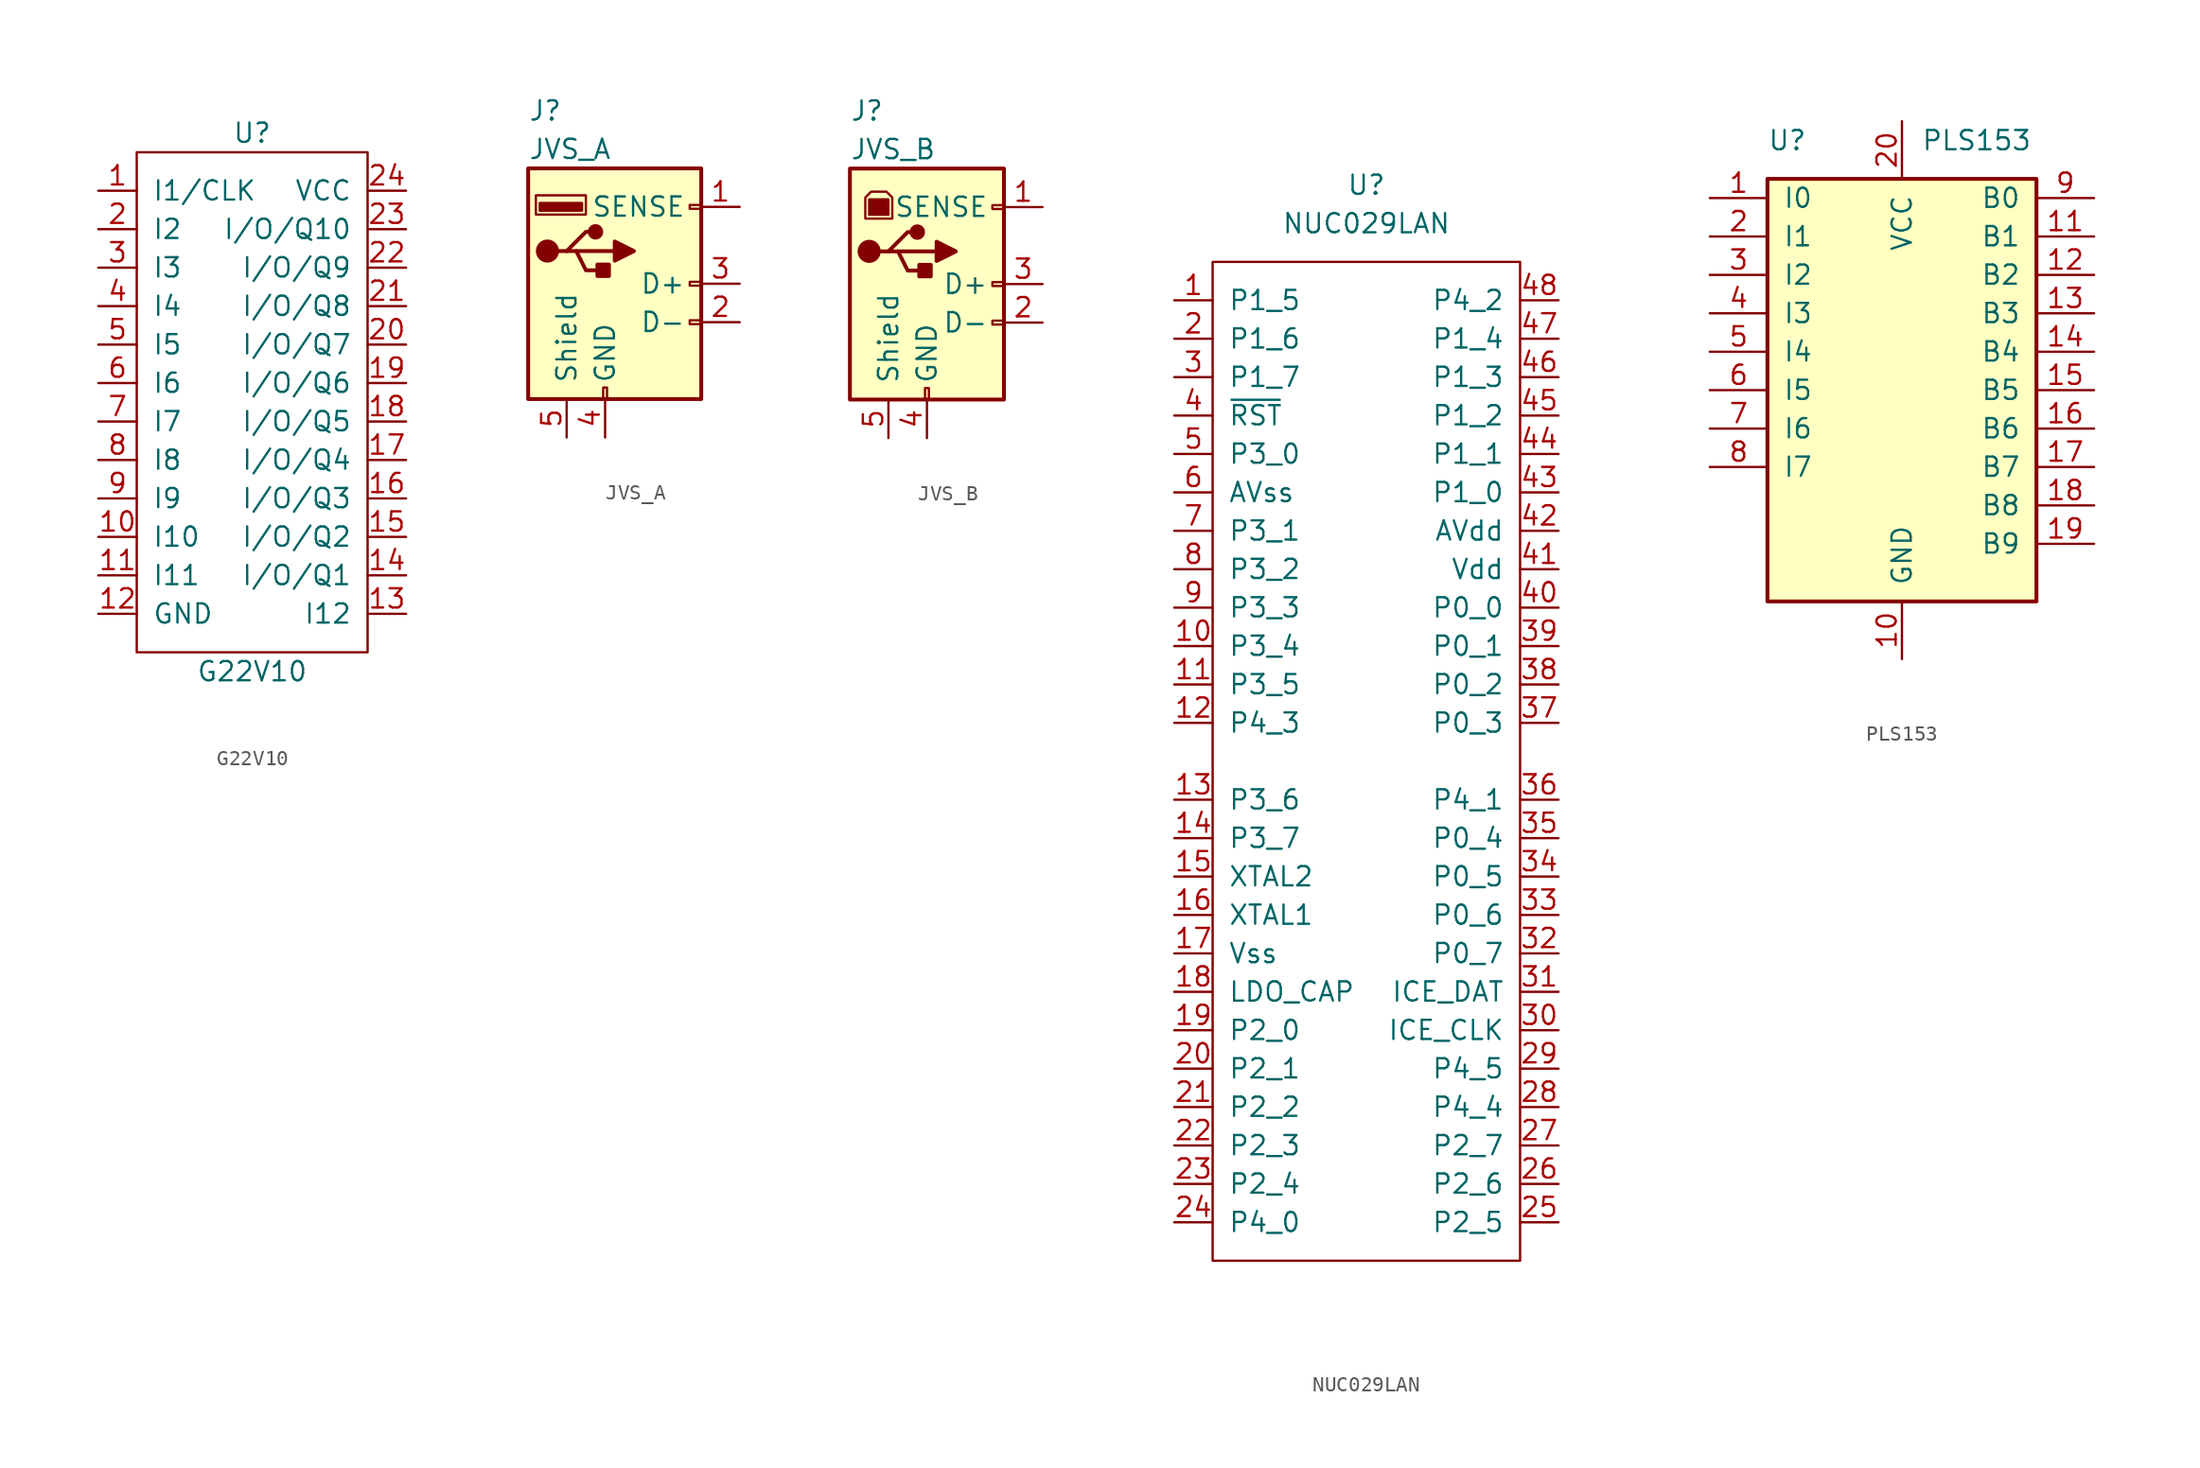
<source format=kicad_sym>
(kicad_symbol_lib
  (version 20211014)
  (generator kicad_symbol_editor)
  (symbol "G22V10"
    (pin_names
      (offset 1.016))
    (property "Reference" "U"
      (at 0 17.78 0)
      (effects (font (size 1.27 1.27))))
    (property "Value" "G22V10"
      (at 0 -17.78 0)
      (effects (font (size 1.27 1.27))))
    (symbol "G22V10_0_1"
      (rectangle (start 7.62 -16.51) (end -7.62 16.51) (stroke (width 0) (type default) (color 0 0 0 0)) (fill (type none))))
    (symbol "G22V10_1_1"
      (pin input line (at -10.16 13.97 0) (length 2.54) (name "I1/CLK" (effects (font (size 1.27 1.27)))) (number "1" (effects (font (size 1.27 1.27)))))
      (pin input line (at -10.16 -8.89 0) (length 2.54) (name "I10" (effects (font (size 1.27 1.27)))) (number "10" (effects (font (size 1.27 1.27)))))
      (pin input line (at -10.16 -11.43 0) (length 2.54) (name "I11" (effects (font (size 1.27 1.27)))) (number "11" (effects (font (size 1.27 1.27)))))
      (pin power_in line (at -10.16 -13.97 0) (length 2.54) (name "GND" (effects (font (size 1.27 1.27)))) (number "12" (effects (font (size 1.27 1.27)))))
      (pin input line (at 10.16 -13.97 180) (length 2.54) (name "I12" (effects (font (size 1.27 1.27)))) (number "13" (effects (font (size 1.27 1.27)))))
      (pin bidirectional line (at 10.16 -11.43 180) (length 2.54) (name "I/O/Q1" (effects (font (size 1.27 1.27)))) (number "14" (effects (font (size 1.27 1.27)))))
      (pin bidirectional line (at 10.16 -8.89 180) (length 2.54) (name "I/O/Q2" (effects (font (size 1.27 1.27)))) (number "15" (effects (font (size 1.27 1.27)))))
      (pin bidirectional line (at 10.16 -6.35 180) (length 2.54) (name "I/O/Q3" (effects (font (size 1.27 1.27)))) (number "16" (effects (font (size 1.27 1.27)))))
      (pin bidirectional line (at 10.16 -3.81 180) (length 2.54) (name "I/O/Q4" (effects (font (size 1.27 1.27)))) (number "17" (effects (font (size 1.27 1.27)))))
      (pin bidirectional line (at 10.16 -1.27 180) (length 2.54) (name "I/O/Q5" (effects (font (size 1.27 1.27)))) (number "18" (effects (font (size 1.27 1.27)))))
      (pin bidirectional line (at 10.16 1.27 180) (length 2.54) (name "I/O/Q6" (effects (font (size 1.27 1.27)))) (number "19" (effects (font (size 1.27 1.27)))))
      (pin input line (at -10.16 11.43 0) (length 2.54) (name "I2" (effects (font (size 1.27 1.27)))) (number "2" (effects (font (size 1.27 1.27)))))
      (pin bidirectional line (at 10.16 3.81 180) (length 2.54) (name "I/O/Q7" (effects (font (size 1.27 1.27)))) (number "20" (effects (font (size 1.27 1.27)))))
      (pin bidirectional line (at 10.16 6.35 180) (length 2.54) (name "I/O/Q8" (effects (font (size 1.27 1.27)))) (number "21" (effects (font (size 1.27 1.27)))))
      (pin bidirectional line (at 10.16 8.89 180) (length 2.54) (name "I/O/Q9" (effects (font (size 1.27 1.27)))) (number "22" (effects (font (size 1.27 1.27)))))
      (pin bidirectional line (at 10.16 11.43 180) (length 2.54) (name "I/O/Q10" (effects (font (size 1.27 1.27)))) (number "23" (effects (font (size 1.27 1.27)))))
      (pin power_in line (at 10.16 13.97 180) (length 2.54) (name "VCC" (effects (font (size 1.27 1.27)))) (number "24" (effects (font (size 1.27 1.27)))))
      (pin input line (at -10.16 8.89 0) (length 2.54) (name "I3" (effects (font (size 1.27 1.27)))) (number "3" (effects (font (size 1.27 1.27)))))
      (pin input line (at -10.16 6.35 0) (length 2.54) (name "I4" (effects (font (size 1.27 1.27)))) (number "4" (effects (font (size 1.27 1.27)))))
      (pin input line (at -10.16 3.81 0) (length 2.54) (name "I5" (effects (font (size 1.27 1.27)))) (number "5" (effects (font (size 1.27 1.27)))))
      (pin input line (at -10.16 1.27 0) (length 2.54) (name "I6" (effects (font (size 1.27 1.27)))) (number "6" (effects (font (size 1.27 1.27)))))
      (pin input line (at -10.16 -1.27 0) (length 2.54) (name "I7" (effects (font (size 1.27 1.27)))) (number "7" (effects (font (size 1.27 1.27)))))
      (pin input line (at -10.16 -3.81 0) (length 2.54) (name "I8" (effects (font (size 1.27 1.27)))) (number "8" (effects (font (size 1.27 1.27)))))
      (pin input line (at -10.16 -6.35 0) (length 2.54) (name "I9" (effects (font (size 1.27 1.27)))) (number "9" (effects (font (size 1.27 1.27)))))))
  (symbol "JVS_A"
    (pin_names
      (offset 1.016))
    (property "Reference" "J"
      (at -5.08 11.43 0)
      (effects (font (size 1.27 1.27)) (justify left)))
    (property "Value" "JVS_A"
      (at -5.08 8.89 0)
      (effects (font (size 1.27 1.27)) (justify left)))
    (symbol "JVS_A_0_1"
      (rectangle (start -5.08 7.62) (end 6.35 -7.62) (stroke (width 0.254) (type default) (color 0 0 0 0)) (fill (type background)))
      (circle (center -3.81 2.159) (radius 0.635) (stroke (width 0.254) (type default) (color 0 0 0 0)) (fill (type outline)))
      (rectangle (start -1.524 4.826) (end -4.318 5.334) (stroke (width 0) (type default) (color 0 0 0 0)) (fill (type outline)))
      (rectangle (start -1.27 4.572) (end -4.572 5.842) (stroke (width 0) (type default) (color 0 0 0 0)) (fill (type none)))
      (circle (center -0.635 3.429) (radius 0.381) (stroke (width 0.254) (type default) (color 0 0 0 0)) (fill (type outline)))
      (rectangle (start -0.127 -7.62) (end 0.127 -6.858) (stroke (width 0) (type default) (color 0 0 0 0)) (fill (type none)))
      (polyline (pts (xy -3.175 2.159) (xy -2.54 2.159) (xy -1.27 3.429) (xy -0.635 3.429)) (stroke (width 0.254) (type default) (color 0 0 0 0)) (fill (type none)))
      (polyline (pts (xy -2.54 2.159) (xy -1.905 2.159) (xy -1.27 0.889) (xy 0 0.889)) (stroke (width 0.254) (type default) (color 0 0 0 0)) (fill (type none)))
      (polyline (pts (xy 0.635 2.794) (xy 0.635 1.524) (xy 1.905 2.159) (xy 0.635 2.794)) (stroke (width 0.254) (type default) (color 0 0 0 0)) (fill (type outline)))
      (rectangle (start 0.254 1.27) (end -0.508 0.508) (stroke (width 0.254) (type default) (color 0 0 0 0)) (fill (type outline)))
      (rectangle (start 6.35 -2.667) (end 5.588 -2.413) (stroke (width 0) (type default) (color 0 0 0 0)) (fill (type none)))
      (rectangle (start 6.35 -0.127) (end 5.588 0.127) (stroke (width 0) (type default) (color 0 0 0 0)) (fill (type none)))
      (rectangle (start 6.35 4.953) (end 5.588 5.207) (stroke (width 0) (type default) (color 0 0 0 0)) (fill (type none))))
    (symbol "JVS_A_1_1"
      (polyline (pts (xy -1.905 2.159) (xy 0.635 2.159)) (stroke (width 0.254) (type default) (color 0 0 0 0)) (fill (type none)))
      (pin output line (at 8.89 5.08 180) (length 2.54) (name "SENSE" (effects (font (size 1.27 1.27)))) (number "1" (effects (font (size 1.27 1.27)))))
      (pin bidirectional line (at 8.89 -2.54 180) (length 2.54) (name "D-" (effects (font (size 1.27 1.27)))) (number "2" (effects (font (size 1.27 1.27)))))
      (pin bidirectional line (at 8.89 0 180) (length 2.54) (name "D+" (effects (font (size 1.27 1.27)))) (number "3" (effects (font (size 1.27 1.27)))))
      (pin power_in line (at 0 -10.16 90) (length 2.54) (name "GND" (effects (font (size 1.27 1.27)))) (number "4" (effects (font (size 1.27 1.27)))))
      (pin passive line (at -2.54 -10.16 90) (length 2.54) (name "Shield" (effects (font (size 1.27 1.27)))) (number "5" (effects (font (size 1.27 1.27)))))))
  (symbol "JVS_B"
    (pin_names
      (offset 1.016))
    (property "Reference" "J"
      (at -5.08 11.43 0)
      (effects (font (size 1.27 1.27)) (justify left)))
    (property "Value" "JVS_B"
      (at -5.08 8.89 0)
      (effects (font (size 1.27 1.27)) (justify left)))
    (symbol "JVS_B_0_1"
      (rectangle (start -5.08 -7.62) (end 5.08 7.62) (stroke (width 0.254) (type default) (color 0 0 0 0)) (fill (type background)))
      (circle (center -3.81 2.159) (radius 0.635) (stroke (width 0.254) (type default) (color 0 0 0 0)) (fill (type outline)))
      (rectangle (start -3.81 5.588) (end -2.54 4.572) (stroke (width 0) (type default) (color 0 0 0 0)) (fill (type outline)))
      (circle (center -0.635 3.429) (radius 0.381) (stroke (width 0.254) (type default) (color 0 0 0 0)) (fill (type outline)))
      (rectangle (start -0.127 -7.62) (end 0.127 -6.858) (stroke (width 0) (type default) (color 0 0 0 0)) (fill (type none)))
      (polyline (pts (xy -1.905 2.159) (xy 0.635 2.159)) (stroke (width 0.254) (type default) (color 0 0 0 0)) (fill (type none)))
      (polyline (pts (xy -3.175 2.159) (xy -2.54 2.159) (xy -1.27 3.429) (xy -0.635 3.429)) (stroke (width 0.254) (type default) (color 0 0 0 0)) (fill (type none)))
      (polyline (pts (xy -2.54 2.159) (xy -1.905 2.159) (xy -1.27 0.889) (xy 0 0.889)) (stroke (width 0.254) (type default) (color 0 0 0 0)) (fill (type none)))
      (polyline (pts (xy 0.635 2.794) (xy 0.635 1.524) (xy 1.905 2.159) (xy 0.635 2.794)) (stroke (width 0.254) (type default) (color 0 0 0 0)) (fill (type outline)))
      (polyline (pts (xy -4.064 4.318) (xy -2.286 4.318) (xy -2.286 5.715) (xy -2.667 6.096) (xy -3.683 6.096) (xy -4.064 5.715) (xy -4.064 4.318)) (stroke (width 0) (type default) (color 0 0 0 0)) (fill (type none)))
      (rectangle (start 0.254 1.27) (end -0.508 0.508) (stroke (width 0.254) (type default) (color 0 0 0 0)) (fill (type outline)))
      (rectangle (start 5.08 -2.667) (end 4.318 -2.413) (stroke (width 0) (type default) (color 0 0 0 0)) (fill (type none)))
      (rectangle (start 5.08 -0.127) (end 4.318 0.127) (stroke (width 0) (type default) (color 0 0 0 0)) (fill (type none)))
      (rectangle (start 5.08 4.953) (end 4.318 5.207) (stroke (width 0) (type default) (color 0 0 0 0)) (fill (type none))))
    (symbol "JVS_B_1_1"
      (pin input line (at 7.62 5.08 180) (length 2.54) (name "SENSE" (effects (font (size 1.27 1.27)))) (number "1" (effects (font (size 1.27 1.27)))))
      (pin bidirectional line (at 7.62 -2.54 180) (length 2.54) (name "D-" (effects (font (size 1.27 1.27)))) (number "2" (effects (font (size 1.27 1.27)))))
      (pin bidirectional line (at 7.62 0 180) (length 2.54) (name "D+" (effects (font (size 1.27 1.27)))) (number "3" (effects (font (size 1.27 1.27)))))
      (pin power_out line (at 0 -10.16 90) (length 2.54) (name "GND" (effects (font (size 1.27 1.27)))) (number "4" (effects (font (size 1.27 1.27)))))
      (pin passive line (at -2.54 -10.16 90) (length 2.54) (name "Shield" (effects (font (size 1.27 1.27)))) (number "5" (effects (font (size 1.27 1.27)))))))
  (symbol "NUC029LAN"
    (pin_names
      (offset 1.016))
    (property "Reference" "U"
      (at 0 36.83 0)
      (effects (font (size 1.27 1.27))))
    (property "Value" "NUC029LAN"
      (at 0 34.29 0)
      (effects (font (size 1.27 1.27))))
    (symbol "NUC029LAN_0_1"
      (rectangle (start -10.16 31.75) (end 10.16 -34.29) (stroke (width 0) (type default) (color 0 0 0 0)) (fill (type none))))
    (symbol "NUC029LAN_1_1"
      (pin tri_state line (at -12.7 29.21 0) (length 2.54) (name "P1_5" (effects (font (size 1.27 1.27)))) (number "1" (effects (font (size 1.27 1.27)))))
      (pin tri_state line (at -12.7 6.35 0) (length 2.54) (name "P3_4" (effects (font (size 1.27 1.27)))) (number "10" (effects (font (size 1.27 1.27)))))
      (pin tri_state line (at -12.7 3.81 0) (length 2.54) (name "P3_5" (effects (font (size 1.27 1.27)))) (number "11" (effects (font (size 1.27 1.27)))))
      (pin tri_state line (at -12.7 1.27 0) (length 2.54) (name "P4_3" (effects (font (size 1.27 1.27)))) (number "12" (effects (font (size 1.27 1.27)))))
      (pin tri_state line (at -12.7 -3.81 0) (length 2.54) (name "P3_6" (effects (font (size 1.27 1.27)))) (number "13" (effects (font (size 1.27 1.27)))))
      (pin tri_state line (at -12.7 -6.35 0) (length 2.54) (name "P3_7" (effects (font (size 1.27 1.27)))) (number "14" (effects (font (size 1.27 1.27)))))
      (pin output line (at -12.7 -8.89 0) (length 2.54) (name "XTAL2" (effects (font (size 1.27 1.27)))) (number "15" (effects (font (size 1.27 1.27)))))
      (pin input line (at -12.7 -11.43 0) (length 2.54) (name "XTAL1" (effects (font (size 1.27 1.27)))) (number "16" (effects (font (size 1.27 1.27)))))
      (pin power_in line (at -12.7 -13.97 0) (length 2.54) (name "Vss" (effects (font (size 1.27 1.27)))) (number "17" (effects (font (size 1.27 1.27)))))
      (pin power_out line (at -12.7 -16.51 0) (length 2.54) (name "LDO_CAP" (effects (font (size 1.27 1.27)))) (number "18" (effects (font (size 1.27 1.27)))))
      (pin tri_state line (at -12.7 -19.05 0) (length 2.54) (name "P2_0" (effects (font (size 1.27 1.27)))) (number "19" (effects (font (size 1.27 1.27)))))
      (pin tri_state line (at -12.7 26.67 0) (length 2.54) (name "P1_6" (effects (font (size 1.27 1.27)))) (number "2" (effects (font (size 1.27 1.27)))))
      (pin tri_state line (at -12.7 -21.59 0) (length 2.54) (name "P2_1" (effects (font (size 1.27 1.27)))) (number "20" (effects (font (size 1.27 1.27)))))
      (pin tri_state line (at -12.7 -24.13 0) (length 2.54) (name "P2_2" (effects (font (size 1.27 1.27)))) (number "21" (effects (font (size 1.27 1.27)))))
      (pin tri_state line (at -12.7 -26.67 0) (length 2.54) (name "P2_3" (effects (font (size 1.27 1.27)))) (number "22" (effects (font (size 1.27 1.27)))))
      (pin tri_state line (at -12.7 -29.21 0) (length 2.54) (name "P2_4" (effects (font (size 1.27 1.27)))) (number "23" (effects (font (size 1.27 1.27)))))
      (pin tri_state line (at -12.7 -31.75 0) (length 2.54) (name "P4_0" (effects (font (size 1.27 1.27)))) (number "24" (effects (font (size 1.27 1.27)))))
      (pin tri_state line (at 12.7 -31.75 180) (length 2.54) (name "P2_5" (effects (font (size 1.27 1.27)))) (number "25" (effects (font (size 1.27 1.27)))))
      (pin tri_state line (at 12.7 -29.21 180) (length 2.54) (name "P2_6" (effects (font (size 1.27 1.27)))) (number "26" (effects (font (size 1.27 1.27)))))
      (pin tri_state line (at 12.7 -26.67 180) (length 2.54) (name "P2_7" (effects (font (size 1.27 1.27)))) (number "27" (effects (font (size 1.27 1.27)))))
      (pin tri_state line (at 12.7 -24.13 180) (length 2.54) (name "P4_4" (effects (font (size 1.27 1.27)))) (number "28" (effects (font (size 1.27 1.27)))))
      (pin tri_state line (at 12.7 -21.59 180) (length 2.54) (name "P4_5" (effects (font (size 1.27 1.27)))) (number "29" (effects (font (size 1.27 1.27)))))
      (pin tri_state line (at -12.7 24.13 0) (length 2.54) (name "P1_7" (effects (font (size 1.27 1.27)))) (number "3" (effects (font (size 1.27 1.27)))))
      (pin tri_state line (at 12.7 -19.05 180) (length 2.54) (name "ICE_CLK" (effects (font (size 1.27 1.27)))) (number "30" (effects (font (size 1.27 1.27)))))
      (pin tri_state line (at 12.7 -16.51 180) (length 2.54) (name "ICE_DAT" (effects (font (size 1.27 1.27)))) (number "31" (effects (font (size 1.27 1.27)))))
      (pin tri_state line (at 12.7 -13.97 180) (length 2.54) (name "P0_7" (effects (font (size 1.27 1.27)))) (number "32" (effects (font (size 1.27 1.27)))))
      (pin tri_state line (at 12.7 -11.43 180) (length 2.54) (name "P0_6" (effects (font (size 1.27 1.27)))) (number "33" (effects (font (size 1.27 1.27)))))
      (pin tri_state line (at 12.7 -8.89 180) (length 2.54) (name "P0_5" (effects (font (size 1.27 1.27)))) (number "34" (effects (font (size 1.27 1.27)))))
      (pin tri_state line (at 12.7 -6.35 180) (length 2.54) (name "P0_4" (effects (font (size 1.27 1.27)))) (number "35" (effects (font (size 1.27 1.27)))))
      (pin tri_state line (at 12.7 -3.81 180) (length 2.54) (name "P4_1" (effects (font (size 1.27 1.27)))) (number "36" (effects (font (size 1.27 1.27)))))
      (pin tri_state line (at 12.7 1.27 180) (length 2.54) (name "P0_3" (effects (font (size 1.27 1.27)))) (number "37" (effects (font (size 1.27 1.27)))))
      (pin tri_state line (at 12.7 3.81 180) (length 2.54) (name "P0_2" (effects (font (size 1.27 1.27)))) (number "38" (effects (font (size 1.27 1.27)))))
      (pin tri_state line (at 12.7 6.35 180) (length 2.54) (name "P0_1" (effects (font (size 1.27 1.27)))) (number "39" (effects (font (size 1.27 1.27)))))
      (pin input line (at -12.7 21.59 0) (length 2.54) (name "~{RST}" (effects (font (size 1.27 1.27)))) (number "4" (effects (font (size 1.27 1.27)))))
      (pin tri_state line (at 12.7 8.89 180) (length 2.54) (name "P0_0" (effects (font (size 1.27 1.27)))) (number "40" (effects (font (size 1.27 1.27)))))
      (pin power_in line (at 12.7 11.43 180) (length 2.54) (name "Vdd" (effects (font (size 1.27 1.27)))) (number "41" (effects (font (size 1.27 1.27)))))
      (pin power_in line (at 12.7 13.97 180) (length 2.54) (name "AVdd" (effects (font (size 1.27 1.27)))) (number "42" (effects (font (size 1.27 1.27)))))
      (pin tri_state line (at 12.7 16.51 180) (length 2.54) (name "P1_0" (effects (font (size 1.27 1.27)))) (number "43" (effects (font (size 1.27 1.27)))))
      (pin tri_state line (at 12.7 19.05 180) (length 2.54) (name "P1_1" (effects (font (size 1.27 1.27)))) (number "44" (effects (font (size 1.27 1.27)))))
      (pin tri_state line (at 12.7 21.59 180) (length 2.54) (name "P1_2" (effects (font (size 1.27 1.27)))) (number "45" (effects (font (size 1.27 1.27)))))
      (pin tri_state line (at 12.7 24.13 180) (length 2.54) (name "P1_3" (effects (font (size 1.27 1.27)))) (number "46" (effects (font (size 1.27 1.27)))))
      (pin tri_state line (at 12.7 26.67 180) (length 2.54) (name "P1_4" (effects (font (size 1.27 1.27)))) (number "47" (effects (font (size 1.27 1.27)))))
      (pin tri_state line (at 12.7 29.21 180) (length 2.54) (name "P4_2" (effects (font (size 1.27 1.27)))) (number "48" (effects (font (size 1.27 1.27)))))
      (pin tri_state line (at -12.7 19.05 0) (length 2.54) (name "P3_0" (effects (font (size 1.27 1.27)))) (number "5" (effects (font (size 1.27 1.27)))))
      (pin power_in line (at -12.7 16.51 0) (length 2.54) (name "AVss" (effects (font (size 1.27 1.27)))) (number "6" (effects (font (size 1.27 1.27)))))
      (pin tri_state line (at -12.7 13.97 0) (length 2.54) (name "P3_1" (effects (font (size 1.27 1.27)))) (number "7" (effects (font (size 1.27 1.27)))))
      (pin tri_state line (at -12.7 11.43 0) (length 2.54) (name "P3_2" (effects (font (size 1.27 1.27)))) (number "8" (effects (font (size 1.27 1.27)))))
      (pin tri_state line (at -12.7 8.89 0) (length 2.54) (name "P3_3" (effects (font (size 1.27 1.27)))) (number "9" (effects (font (size 1.27 1.27)))))))
  (symbol "PLS153"
    (pin_names
      (offset 1.016))
    (property "Reference" "U"
      (at -8.89 16.51 0)
      (effects (font (size 1.27 1.27)) (justify left)))
    (property "Value" "PLS153"
      (at 1.27 16.51 0)
      (effects (font (size 1.27 1.27)) (justify left)))
    (symbol "PLS153_0_0"
      (pin power_in line (at 0 -17.78 90) (length 3.81) (name "GND" (effects (font (size 1.27 1.27)))) (number "10" (effects (font (size 1.27 1.27)))))
      (pin power_in line (at 0 17.78 270) (length 3.81) (name "VCC" (effects (font (size 1.27 1.27)))) (number "20" (effects (font (size 1.27 1.27))))))
    (symbol "PLS153_0_1"
      (rectangle (start -8.89 13.97) (end 8.89 -13.97) (stroke (width 0.254) (type default) (color 0 0 0 0)) (fill (type background))))
    (symbol "PLS153_1_1"
      (pin input line (at -12.7 12.7 0) (length 3.81) (name "I0" (effects (font (size 1.27 1.27)))) (number "1" (effects (font (size 1.27 1.27)))))
      (pin tri_state line (at 12.7 10.16 180) (length 3.81) (name "B1" (effects (font (size 1.27 1.27)))) (number "11" (effects (font (size 1.27 1.27)))))
      (pin tri_state line (at 12.7 7.62 180) (length 3.81) (name "B2" (effects (font (size 1.27 1.27)))) (number "12" (effects (font (size 1.27 1.27)))))
      (pin tri_state line (at 12.7 5.08 180) (length 3.81) (name "B3" (effects (font (size 1.27 1.27)))) (number "13" (effects (font (size 1.27 1.27)))))
      (pin tri_state line (at 12.7 2.54 180) (length 3.81) (name "B4" (effects (font (size 1.27 1.27)))) (number "14" (effects (font (size 1.27 1.27)))))
      (pin tri_state line (at 12.7 0 180) (length 3.81) (name "B5" (effects (font (size 1.27 1.27)))) (number "15" (effects (font (size 1.27 1.27)))))
      (pin tri_state line (at 12.7 -2.54 180) (length 3.81) (name "B6" (effects (font (size 1.27 1.27)))) (number "16" (effects (font (size 1.27 1.27)))))
      (pin tri_state line (at 12.7 -5.08 180) (length 3.81) (name "B7" (effects (font (size 1.27 1.27)))) (number "17" (effects (font (size 1.27 1.27)))))
      (pin tri_state line (at 12.7 -7.62 180) (length 3.81) (name "B8" (effects (font (size 1.27 1.27)))) (number "18" (effects (font (size 1.27 1.27)))))
      (pin tri_state line (at 12.7 -10.16 180) (length 3.81) (name "B9" (effects (font (size 1.27 1.27)))) (number "19" (effects (font (size 1.27 1.27)))))
      (pin input line (at -12.7 10.16 0) (length 3.81) (name "I1" (effects (font (size 1.27 1.27)))) (number "2" (effects (font (size 1.27 1.27)))))
      (pin input line (at -12.7 7.62 0) (length 3.81) (name "I2" (effects (font (size 1.27 1.27)))) (number "3" (effects (font (size 1.27 1.27)))))
      (pin input line (at -12.7 5.08 0) (length 3.81) (name "I3" (effects (font (size 1.27 1.27)))) (number "4" (effects (font (size 1.27 1.27)))))
      (pin input line (at -12.7 2.54 0) (length 3.81) (name "I4" (effects (font (size 1.27 1.27)))) (number "5" (effects (font (size 1.27 1.27)))))
      (pin input line (at -12.7 0 0) (length 3.81) (name "I5" (effects (font (size 1.27 1.27)))) (number "6" (effects (font (size 1.27 1.27)))))
      (pin input line (at -12.7 -2.54 0) (length 3.81) (name "I6" (effects (font (size 1.27 1.27)))) (number "7" (effects (font (size 1.27 1.27)))))
      (pin input line (at -12.7 -5.08 0) (length 3.81) (name "I7" (effects (font (size 1.27 1.27)))) (number "8" (effects (font (size 1.27 1.27)))))
      (pin tri_state line (at 12.7 12.7 180) (length 3.81) (name "B0" (effects (font (size 1.27 1.27)))) (number "9" (effects (font (size 1.27 1.27))))))))
</source>
